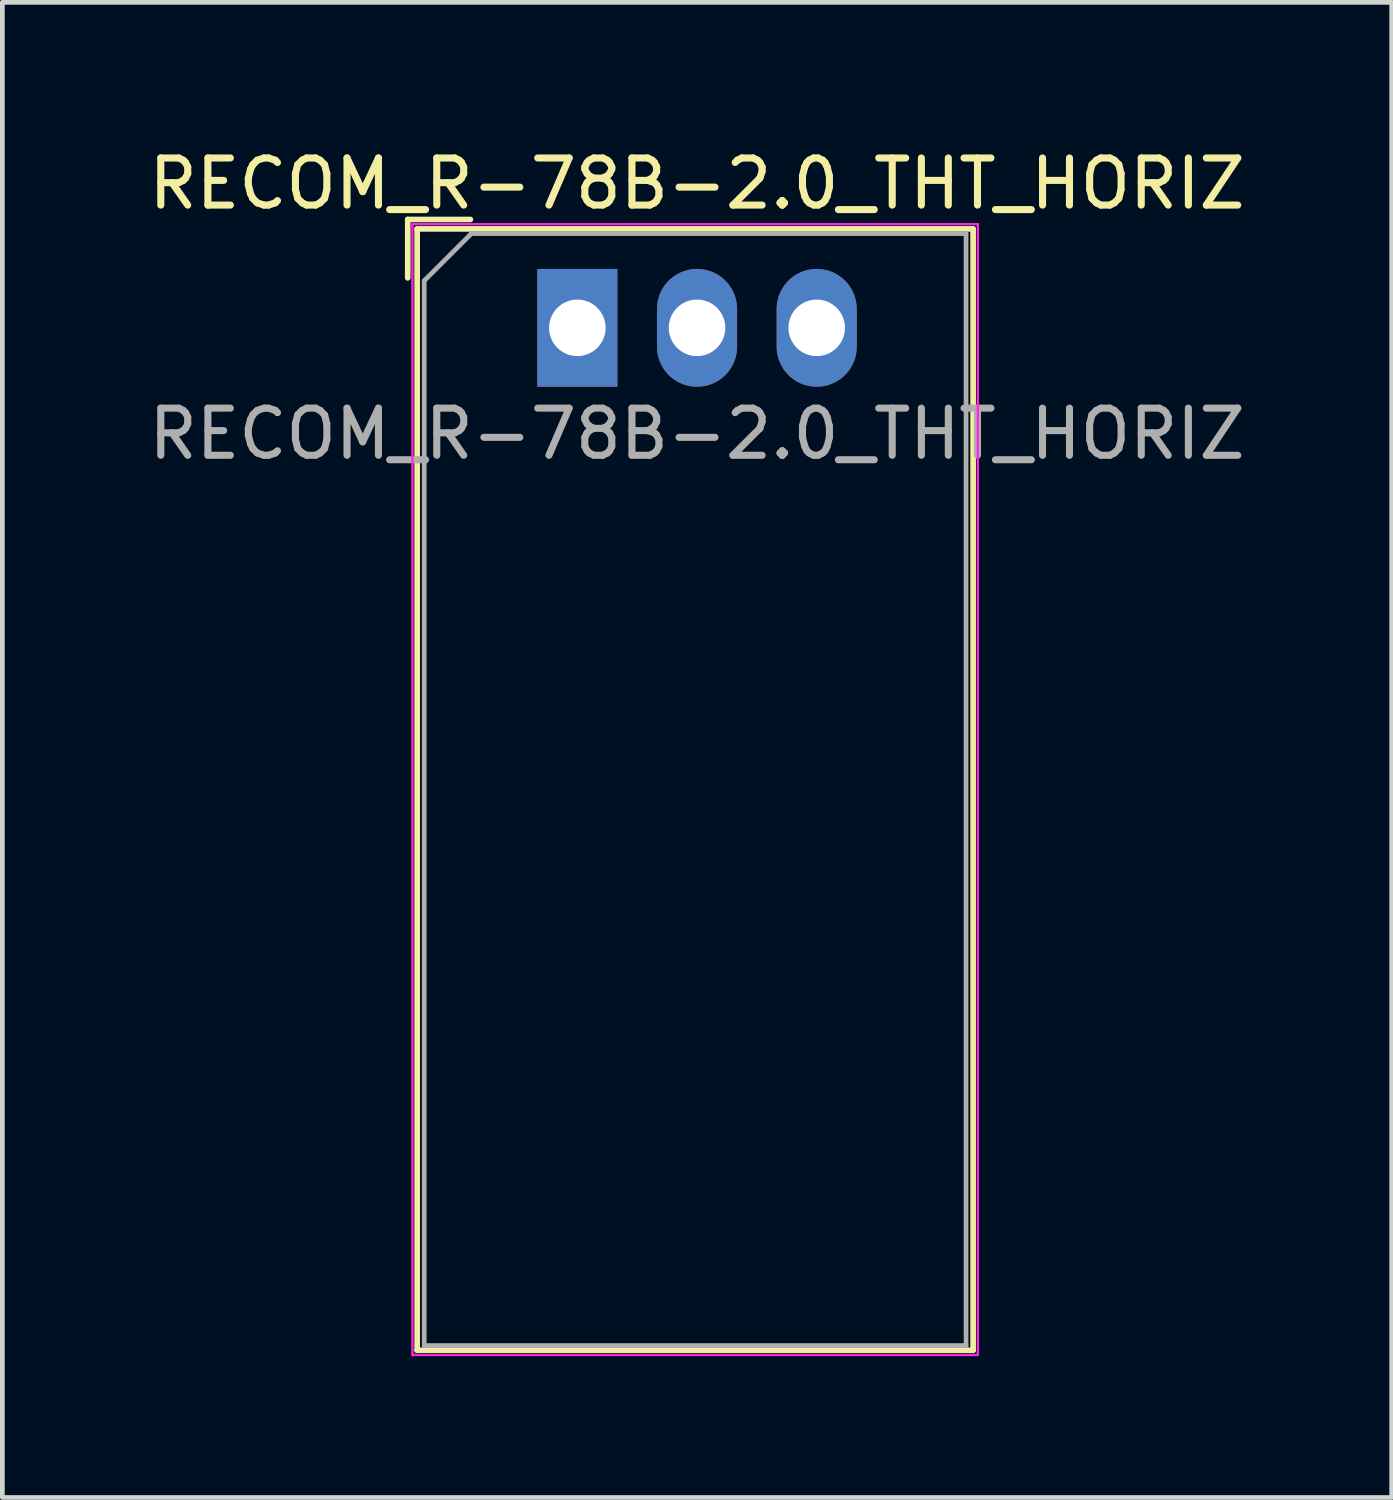
<source format=kicad_pcb>
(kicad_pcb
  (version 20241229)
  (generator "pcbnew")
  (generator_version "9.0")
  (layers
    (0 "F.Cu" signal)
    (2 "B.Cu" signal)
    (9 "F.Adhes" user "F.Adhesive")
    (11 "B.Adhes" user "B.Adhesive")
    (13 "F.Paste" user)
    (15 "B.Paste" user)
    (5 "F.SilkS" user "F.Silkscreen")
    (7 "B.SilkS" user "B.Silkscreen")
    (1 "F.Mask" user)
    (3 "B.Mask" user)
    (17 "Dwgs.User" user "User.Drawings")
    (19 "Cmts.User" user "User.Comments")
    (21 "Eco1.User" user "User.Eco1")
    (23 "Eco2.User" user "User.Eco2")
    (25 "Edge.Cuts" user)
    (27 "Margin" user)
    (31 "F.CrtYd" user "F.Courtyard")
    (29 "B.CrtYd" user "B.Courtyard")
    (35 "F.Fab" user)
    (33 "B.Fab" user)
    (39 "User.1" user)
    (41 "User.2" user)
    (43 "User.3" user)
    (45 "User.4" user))
  (footprint "RECOM_R-78B-2.0_THT_HORIZ"
    (layer "F.Cu")
    (at 11.704 3.908)
    (property "Reference" "RECOM_R-78B-2.0_THT_HORIZ" (at 0.04 -3.06 0) (layer "F.SilkS") (effects (font (size 1 1) (thickness 0.15))))
    (attr through_hole)
    (fp_line (start -6.1 -2.3) (end -4.77 -2.3) (stroke (width 0.12) (type solid)) (layer "F.SilkS"))
    (fp_line (start -6.1 -1.06) (end -6.1 -2.3) (stroke (width 0.12) (type solid)) (layer "F.SilkS"))
    (fp_line (start -5.9 -2.1) (end -5.9 21.7) (stroke (width 0.12) (type solid)) (layer "F.SilkS"))
    (fp_line (start -5.9 -2.1) (end 5.9 -2.1) (stroke (width 0.12) (type solid)) (layer "F.SilkS"))
    (fp_line (start -5.9 21.7) (end 5.9 21.7) (stroke (width 0.12) (type solid)) (layer "F.SilkS"))
    (fp_line (start 5.9 -2.1) (end 5.9 21.7) (stroke (width 0.12) (type solid)) (layer "F.SilkS"))
    (fp_line (start -6 -2.2) (end -6 21.8) (stroke (width 0.05) (type solid)) (layer "F.CrtYd"))
    (fp_line (start -6 21.8) (end 6 21.8) (stroke (width 0.05) (type solid)) (layer "F.CrtYd"))
    (fp_line (start 6 -2.2) (end -6 -2.2) (stroke (width 0.05) (type solid)) (layer "F.CrtYd"))
    (fp_line (start 6 21.8) (end 6 -2.2) (stroke (width 0.05) (type solid)) (layer "F.CrtYd"))
    (fp_line (start -5.75 -1) (end -4.75 -2) (stroke (width 0.1) (type solid)) (layer "F.Fab"))
    (fp_line (start -5.75 21.6) (end -5.75 -1) (stroke (width 0.1) (type solid)) (layer "F.Fab"))
    (fp_line (start -4.75 -2) (end 5.75 -2) (stroke (width 0.1) (type solid)) (layer "F.Fab"))
    (fp_line (start 5.75 -2) (end 5.75 21.6) (stroke (width 0.1) (type solid)) (layer "F.Fab"))
    (fp_line (start 5.75 21.6) (end -5.75 21.6) (stroke (width 0.1) (type solid)) (layer "F.Fab"))
    (fp_text user "${REFERENCE}" (at 0.04 2.25 0) (layer "F.Fab") (effects (font (size 1 1) (thickness 0.15))))
    (pad "1" thru_hole rect (at -2.5 0) (size 1.7 2.5) (drill 1.2) (layers "*.Cu" "*.Mask"))
    (pad "2" thru_hole oval (at 0.04 0) (size 1.7 2.5) (drill 1.2) (layers "*.Cu" "*.Mask"))
    (pad "3" thru_hole oval (at 2.58 0) (size 1.7 2.5) (drill 1.2) (layers "*.Cu" "*.Mask")))
  (gr_rect
    (start -3 -3)
    (end 26.488 28.733)
    (stroke (width 0.1) (type default))
    (fill no)
    (layer "Edge.Cuts")))
</source>
